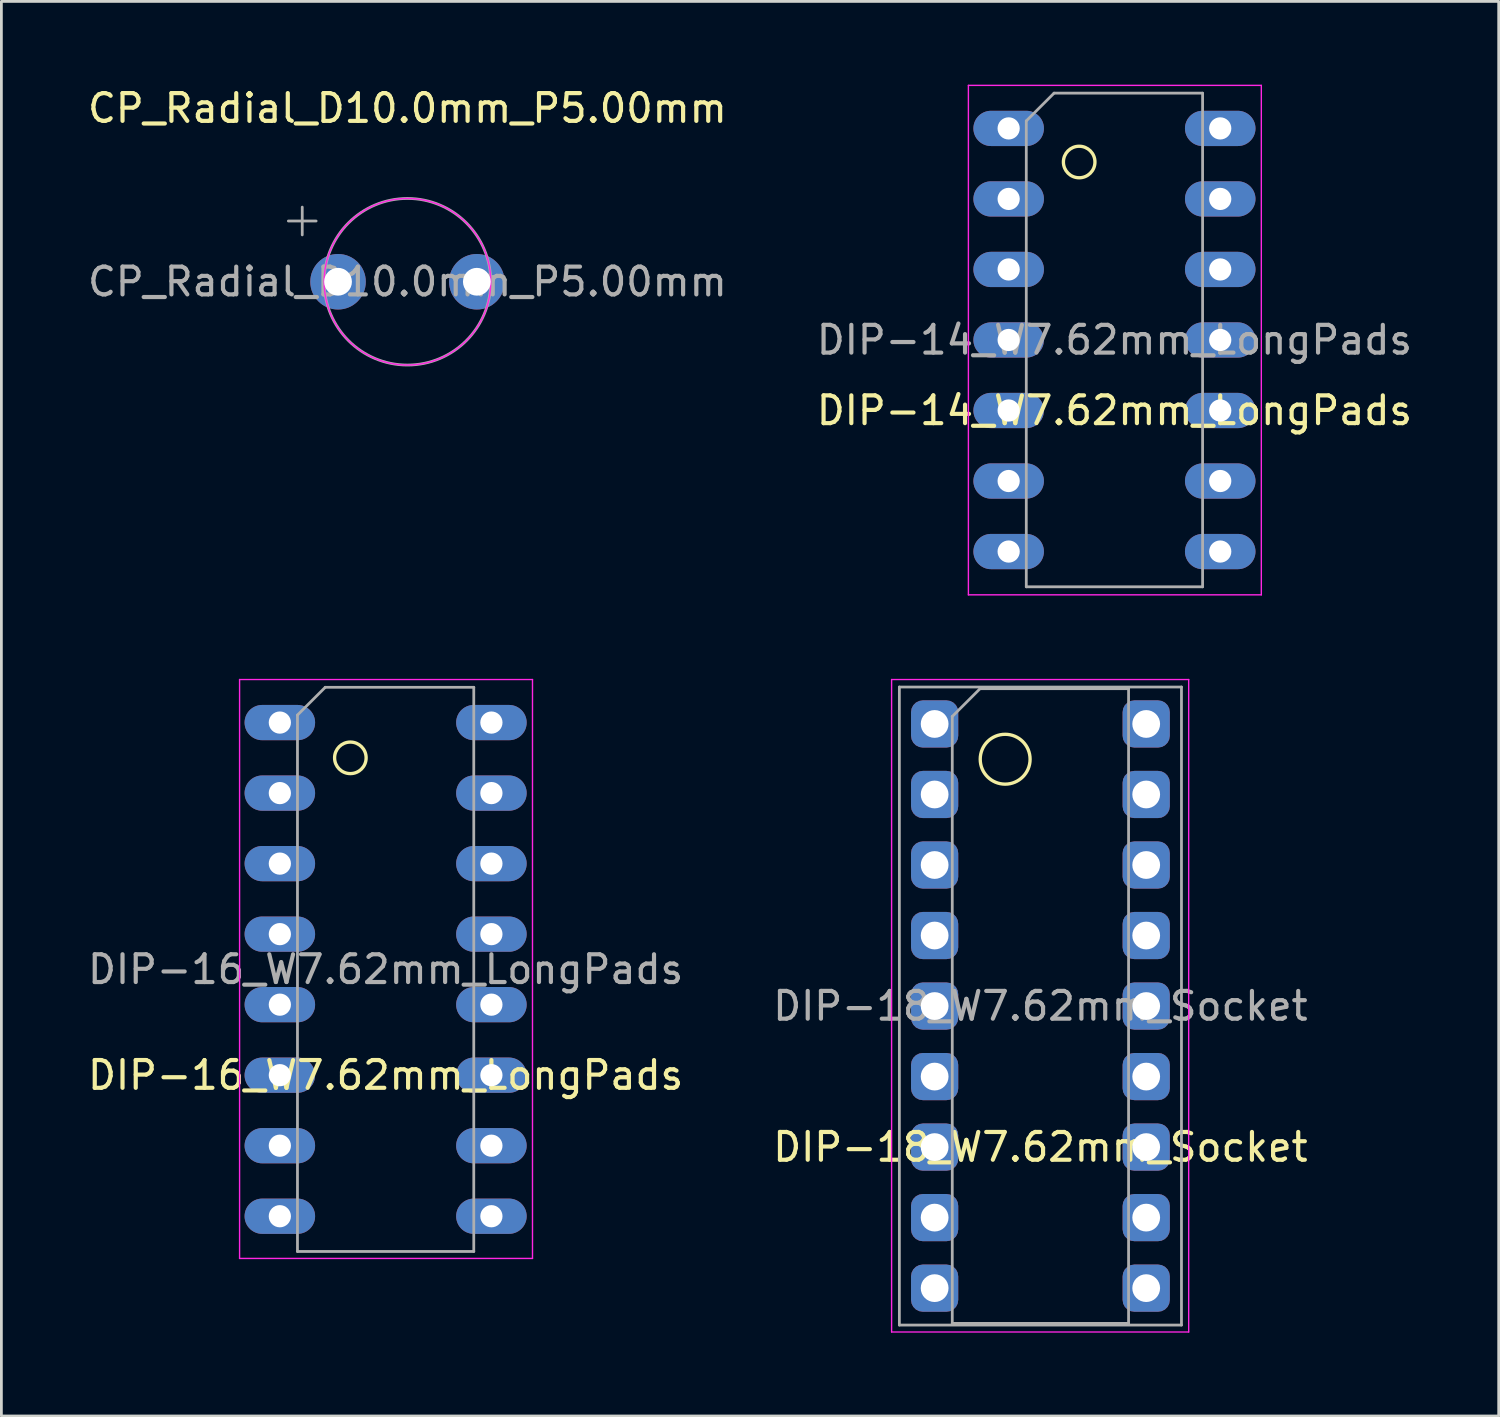
<source format=kicad_pcb>
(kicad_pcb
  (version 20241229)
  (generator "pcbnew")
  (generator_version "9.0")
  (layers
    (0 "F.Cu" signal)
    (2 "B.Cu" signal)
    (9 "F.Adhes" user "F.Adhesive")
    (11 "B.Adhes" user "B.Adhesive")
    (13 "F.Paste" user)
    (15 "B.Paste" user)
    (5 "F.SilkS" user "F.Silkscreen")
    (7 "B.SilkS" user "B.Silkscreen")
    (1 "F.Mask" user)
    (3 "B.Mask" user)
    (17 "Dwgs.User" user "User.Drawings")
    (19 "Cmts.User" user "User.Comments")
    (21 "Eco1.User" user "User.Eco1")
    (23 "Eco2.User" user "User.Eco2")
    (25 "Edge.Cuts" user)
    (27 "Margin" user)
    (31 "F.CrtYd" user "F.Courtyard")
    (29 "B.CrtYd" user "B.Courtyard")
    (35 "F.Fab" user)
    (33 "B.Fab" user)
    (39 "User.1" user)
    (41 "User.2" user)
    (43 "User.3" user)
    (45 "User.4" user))
  (footprint "DIP-16_W7.62mm_LongPads"
    (layer "F.Cu")
    (at 7.029 22.975)
    (property "Reference" "DIP-16_W7.62mm_LongPads" (at 3.81 12.7 0) (layer "F.SilkS") (effects (font (size 1 1) (thickness 0.15))))
    (attr through_hole)
    (fp_circle (center 2.54 1.27) (end 3.048 1.524) (stroke (width 0.12) (type solid)) (fill no) (layer "F.SilkS"))
    (fp_line (start -1.45 -1.55) (end -1.45 19.3) (stroke (width 0.05) (type solid)) (layer "F.CrtYd"))
    (fp_line (start -1.45 19.3) (end 9.1 19.3) (stroke (width 0.05) (type solid)) (layer "F.CrtYd"))
    (fp_line (start 9.1 -1.55) (end -1.45 -1.55) (stroke (width 0.05) (type solid)) (layer "F.CrtYd"))
    (fp_line (start 9.1 19.3) (end 9.1 -1.55) (stroke (width 0.05) (type solid)) (layer "F.CrtYd"))
    (fp_line (start 0.635 -0.27) (end 1.635 -1.27) (stroke (width 0.1) (type solid)) (layer "F.Fab"))
    (fp_line (start 0.635 19.05) (end 0.635 -0.27) (stroke (width 0.1) (type solid)) (layer "F.Fab"))
    (fp_line (start 1.635 -1.27) (end 6.985 -1.27) (stroke (width 0.1) (type solid)) (layer "F.Fab"))
    (fp_line (start 6.985 -1.27) (end 6.985 19.05) (stroke (width 0.1) (type solid)) (layer "F.Fab"))
    (fp_line (start 6.985 19.05) (end 0.635 19.05) (stroke (width 0.1) (type solid)) (layer "F.Fab"))
    (fp_text user "${REFERENCE}" (at 3.81 8.89 0) (layer "F.Fab") (effects (font (size 1 1) (thickness 0.15))))
    (pad "1" thru_hole oval (at 0 0) (size 2.54 1.27) (drill 0.8) (layers "*.Cu" "*.Mask"))
    (pad "2" thru_hole oval (at 0 2.54) (size 2.54 1.27) (drill 0.8) (layers "*.Cu" "*.Mask"))
    (pad "3" thru_hole oval (at 0 5.08) (size 2.54 1.27) (drill 0.8) (layers "*.Cu" "*.Mask"))
    (pad "4" thru_hole oval (at 0 7.62) (size 2.54 1.27) (drill 0.8) (layers "*.Cu" "*.Mask"))
    (pad "5" thru_hole oval (at 0 10.16) (size 2.54 1.27) (drill 0.8) (layers "*.Cu" "*.Mask"))
    (pad "6" thru_hole oval (at 0 12.7) (size 2.54 1.27) (drill 0.8) (layers "*.Cu" "*.Mask"))
    (pad "7" thru_hole oval (at 0 15.24) (size 2.54 1.27) (drill 0.8) (layers "*.Cu" "*.Mask"))
    (pad "8" thru_hole oval (at 0 17.78) (size 2.54 1.27) (drill 0.8) (layers "*.Cu" "*.Mask"))
    (pad "9" thru_hole oval (at 7.62 17.78) (size 2.54 1.27) (drill 0.8) (layers "*.Cu" "*.Mask"))
    (pad "10" thru_hole oval (at 7.62 15.24) (size 2.54 1.27) (drill 0.8) (layers "*.Cu" "*.Mask"))
    (pad "11" thru_hole oval (at 7.62 12.7) (size 2.54 1.27) (drill 0.8) (layers "*.Cu" "*.Mask"))
    (pad "12" thru_hole oval (at 7.62 10.16) (size 2.54 1.27) (drill 0.8) (layers "*.Cu" "*.Mask"))
    (pad "13" thru_hole oval (at 7.62 7.62) (size 2.54 1.27) (drill 0.8) (layers "*.Cu" "*.Mask"))
    (pad "14" thru_hole oval (at 7.62 5.08) (size 2.54 1.27) (drill 0.8) (layers "*.Cu" "*.Mask"))
    (pad "15" thru_hole oval (at 7.62 2.54) (size 2.54 1.27) (drill 0.8) (layers "*.Cu" "*.Mask"))
    (pad "16" thru_hole oval (at 7.62 0) (size 2.54 1.27) (drill 0.8) (layers "*.Cu" "*.Mask")))
  (footprint "DIP-18_W7.62mm_Socket"
    (layer "F.Cu")
    (at 30.613 23.025)
    (property "Reference" "DIP-18_W7.62mm_Socket" (at 3.81 15.24 0) (layer "F.SilkS") (effects (font (size 1 1) (thickness 0.15))))
    (attr through_hole)
    (fp_circle (center 2.54 1.27) (end 3.438 1.27) (stroke (width 0.12) (type solid)) (fill no) (layer "F.SilkS"))
    (fp_line (start -1.55 -1.6) (end -1.55 21.9) (stroke (width 0.05) (type solid)) (layer "F.CrtYd"))
    (fp_line (start -1.55 21.9) (end 9.15 21.9) (stroke (width 0.05) (type solid)) (layer "F.CrtYd"))
    (fp_line (start 9.15 -1.6) (end -1.55 -1.6) (stroke (width 0.05) (type solid)) (layer "F.CrtYd"))
    (fp_line (start 9.15 21.9) (end 9.15 -1.6) (stroke (width 0.05) (type solid)) (layer "F.CrtYd"))
    (fp_line (start -1.27 -1.33) (end -1.27 21.65) (stroke (width 0.1) (type solid)) (layer "F.Fab"))
    (fp_line (start -1.27 21.65) (end 8.89 21.65) (stroke (width 0.1) (type solid)) (layer "F.Fab"))
    (fp_line (start 0.635 -0.27) (end 1.635 -1.27) (stroke (width 0.1) (type solid)) (layer "F.Fab"))
    (fp_line (start 0.635 21.59) (end 0.635 -0.27) (stroke (width 0.1) (type solid)) (layer "F.Fab"))
    (fp_line (start 1.635 -1.27) (end 6.985 -1.27) (stroke (width 0.1) (type solid)) (layer "F.Fab"))
    (fp_line (start 6.985 -1.27) (end 6.985 21.59) (stroke (width 0.1) (type solid)) (layer "F.Fab"))
    (fp_line (start 6.985 21.59) (end 0.635 21.59) (stroke (width 0.1) (type solid)) (layer "F.Fab"))
    (fp_line (start 8.89 -1.33) (end -1.27 -1.33) (stroke (width 0.1) (type solid)) (layer "F.Fab"))
    (fp_line (start 8.89 21.65) (end 8.89 -1.33) (stroke (width 0.1) (type solid)) (layer "F.Fab"))
    (fp_text user "${REFERENCE}" (at 3.81 10.16 0) (layer "F.Fab") (effects (font (size 1 1) (thickness 0.15))))
    (pad "1" thru_hole roundrect (at 0 0) (size 1.7 1.7) (drill 1) (layers "*.Cu" "*.Mask") (roundrect_rratio 0.25))
    (pad "2" thru_hole roundrect (at 0 2.54) (size 1.7 1.7) (drill 1) (layers "*.Cu" "*.Mask") (roundrect_rratio 0.25))
    (pad "3" thru_hole roundrect (at 0 5.08) (size 1.7 1.7) (drill 1) (layers "*.Cu" "*.Mask") (roundrect_rratio 0.25))
    (pad "4" thru_hole roundrect (at 0 7.62) (size 1.7 1.7) (drill 1) (layers "*.Cu" "*.Mask") (roundrect_rratio 0.25))
    (pad "5" thru_hole roundrect (at 0 10.16) (size 1.7 1.7) (drill 1) (layers "*.Cu" "*.Mask") (roundrect_rratio 0.25))
    (pad "6" thru_hole roundrect (at 0 12.7) (size 1.7 1.7) (drill 1) (layers "*.Cu" "*.Mask") (roundrect_rratio 0.25))
    (pad "7" thru_hole roundrect (at 0 15.24) (size 1.7 1.7) (drill 1) (layers "*.Cu" "*.Mask") (roundrect_rratio 0.25))
    (pad "8" thru_hole roundrect (at 0 17.78) (size 1.7 1.7) (drill 1) (layers "*.Cu" "*.Mask") (roundrect_rratio 0.25))
    (pad "9" thru_hole roundrect (at 0 20.32) (size 1.7 1.7) (drill 1) (layers "*.Cu" "*.Mask") (roundrect_rratio 0.25))
    (pad "10" thru_hole roundrect (at 7.62 20.32) (size 1.7 1.7) (drill 1) (layers "*.Cu" "*.Mask") (roundrect_rratio 0.25))
    (pad "11" thru_hole roundrect (at 7.62 17.78) (size 1.7 1.7) (drill 1) (layers "*.Cu" "*.Mask") (roundrect_rratio 0.25))
    (pad "12" thru_hole roundrect (at 7.62 15.24) (size 1.7 1.7) (drill 1) (layers "*.Cu" "*.Mask") (roundrect_rratio 0.25))
    (pad "13" thru_hole roundrect (at 7.62 12.7) (size 1.7 1.7) (drill 1) (layers "*.Cu" "*.Mask") (roundrect_rratio 0.25))
    (pad "14" thru_hole roundrect (at 7.62 10.16) (size 1.7 1.7) (drill 1) (layers "*.Cu" "*.Mask") (roundrect_rratio 0.25))
    (pad "15" thru_hole roundrect (at 7.62 7.62) (size 1.7 1.7) (drill 1) (layers "*.Cu" "*.Mask") (roundrect_rratio 0.25))
    (pad "16" thru_hole roundrect (at 7.62 5.08) (size 1.7 1.7) (drill 1) (layers "*.Cu" "*.Mask") (roundrect_rratio 0.25))
    (pad "17" thru_hole roundrect (at 7.62 2.54) (size 1.7 1.7) (drill 1) (layers "*.Cu" "*.Mask") (roundrect_rratio 0.25))
    (pad "18" thru_hole roundrect (at 7.62 0) (size 1.7 1.7) (drill 1) (layers "*.Cu" "*.Mask") (roundrect_rratio 0.25)))
  (footprint "DIP-14_W7.62mm_LongPads"
    (layer "F.Cu")
    (at 33.279 1.575)
    (property "Reference" "DIP-14_W7.62mm_LongPads" (at 3.81 10.16 0) (layer "F.SilkS") (effects (font (size 1 1) (thickness 0.15))))
    (attr through_hole)
    (fp_circle (center 2.54 1.21) (end 3.048 1.464) (stroke (width 0.12) (type solid)) (fill no) (layer "F.SilkS"))
    (fp_line (start -1.45 -1.55) (end -1.45 16.8) (stroke (width 0.05) (type solid)) (layer "F.CrtYd"))
    (fp_line (start -1.45 16.8) (end 9.1 16.8) (stroke (width 0.05) (type solid)) (layer "F.CrtYd"))
    (fp_line (start 9.1 -1.55) (end -1.45 -1.55) (stroke (width 0.05) (type solid)) (layer "F.CrtYd"))
    (fp_line (start 9.1 16.8) (end 9.1 -1.55) (stroke (width 0.05) (type solid)) (layer "F.CrtYd"))
    (fp_line (start 0.635 -0.27) (end 1.635 -1.27) (stroke (width 0.1) (type solid)) (layer "F.Fab"))
    (fp_line (start 0.635 16.51) (end 0.635 -0.27) (stroke (width 0.1) (type solid)) (layer "F.Fab"))
    (fp_line (start 1.635 -1.27) (end 6.985 -1.27) (stroke (width 0.1) (type solid)) (layer "F.Fab"))
    (fp_line (start 6.985 -1.27) (end 6.985 16.51) (stroke (width 0.1) (type solid)) (layer "F.Fab"))
    (fp_line (start 6.985 16.51) (end 0.635 16.51) (stroke (width 0.1) (type solid)) (layer "F.Fab"))
    (fp_text user "${REFERENCE}" (at 3.81 7.62 0) (layer "F.Fab") (effects (font (size 1 1) (thickness 0.15))))
    (pad "1" thru_hole oval (at 0 0) (size 2.54 1.27) (drill 0.8) (layers "*.Cu" "*.Mask"))
    (pad "2" thru_hole oval (at 0 2.54) (size 2.54 1.27) (drill 0.8) (layers "*.Cu" "*.Mask"))
    (pad "3" thru_hole oval (at 0 5.08) (size 2.54 1.27) (drill 0.8) (layers "*.Cu" "*.Mask"))
    (pad "4" thru_hole oval (at 0 7.62) (size 2.54 1.27) (drill 0.8) (layers "*.Cu" "*.Mask"))
    (pad "5" thru_hole oval (at 0 10.16) (size 2.54 1.27) (drill 0.8) (layers "*.Cu" "*.Mask"))
    (pad "6" thru_hole oval (at 0 12.7) (size 2.54 1.27) (drill 0.8) (layers "*.Cu" "*.Mask"))
    (pad "7" thru_hole oval (at 0 15.24) (size 2.54 1.27) (drill 0.8) (layers "*.Cu" "*.Mask"))
    (pad "8" thru_hole oval (at 7.62 15.24) (size 2.54 1.27) (drill 0.8) (layers "*.Cu" "*.Mask"))
    (pad "9" thru_hole oval (at 7.62 12.7) (size 2.54 1.27) (drill 0.8) (layers "*.Cu" "*.Mask"))
    (pad "10" thru_hole oval (at 7.62 10.16) (size 2.54 1.27) (drill 0.8) (layers "*.Cu" "*.Mask"))
    (pad "11" thru_hole oval (at 7.62 7.62) (size 2.54 1.27) (drill 0.8) (layers "*.Cu" "*.Mask"))
    (pad "12" thru_hole oval (at 7.62 5.08) (size 2.54 1.27) (drill 0.8) (layers "*.Cu" "*.Mask"))
    (pad "13" thru_hole oval (at 7.62 2.54) (size 2.54 1.27) (drill 0.8) (layers "*.Cu" "*.Mask"))
    (pad "14" thru_hole oval (at 7.62 0) (size 2.54 1.27) (drill 0.8) (layers "*.Cu" "*.Mask")))
  (footprint "CP_Radial_D10.0mm_P5.00mm"
    (layer "F.Cu")
    (at 9.125 7.098)
    (property "Reference" "CP_Radial_D10.0mm_P5.00mm" (at 2.5 -6.25 0) (layer "F.SilkS") (effects (font (size 1 1) (thickness 0.15))))
    (attr through_hole)
    (fp_circle (center 2.5 0) (end 5.5 0) (stroke (width 0.05) (type solid)) (fill no) (layer "F.CrtYd"))
    (fp_line (start -1.789 -2.188) (end -0.789 -2.188) (stroke (width 0.1) (type solid)) (layer "F.Fab"))
    (fp_line (start -1.289 -2.688) (end -1.289 -1.688) (stroke (width 0.1) (type solid)) (layer "F.Fab"))
    (fp_circle (center 2.5 0) (end 5.5 0) (stroke (width 0.1) (type solid)) (fill no) (layer "F.Fab"))
    (fp_text user "${REFERENCE}" (at 2.5 0 0) (layer "F.Fab") (effects (font (size 1 1) (thickness 0.15))))
    (pad "1" thru_hole circle (at 0 0) (size 2 2) (drill 1) (layers "*.Cu" "*.Mask"))
    (pad "2" thru_hole circle (at 5 0) (size 2 2) (drill 1) (layers "*.Cu" "*.Mask")))
  (gr_rect
    (start -3 -3)
    (end 50.929 47.95)
    (stroke (width 0.1) (type default))
    (fill no)
    (layer "Edge.Cuts")))
</source>
